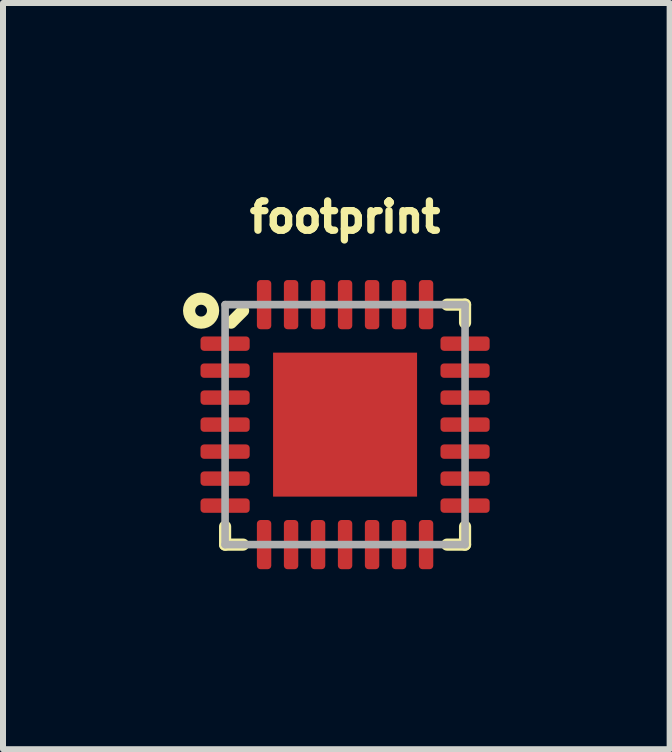
<source format=kicad_pcb>
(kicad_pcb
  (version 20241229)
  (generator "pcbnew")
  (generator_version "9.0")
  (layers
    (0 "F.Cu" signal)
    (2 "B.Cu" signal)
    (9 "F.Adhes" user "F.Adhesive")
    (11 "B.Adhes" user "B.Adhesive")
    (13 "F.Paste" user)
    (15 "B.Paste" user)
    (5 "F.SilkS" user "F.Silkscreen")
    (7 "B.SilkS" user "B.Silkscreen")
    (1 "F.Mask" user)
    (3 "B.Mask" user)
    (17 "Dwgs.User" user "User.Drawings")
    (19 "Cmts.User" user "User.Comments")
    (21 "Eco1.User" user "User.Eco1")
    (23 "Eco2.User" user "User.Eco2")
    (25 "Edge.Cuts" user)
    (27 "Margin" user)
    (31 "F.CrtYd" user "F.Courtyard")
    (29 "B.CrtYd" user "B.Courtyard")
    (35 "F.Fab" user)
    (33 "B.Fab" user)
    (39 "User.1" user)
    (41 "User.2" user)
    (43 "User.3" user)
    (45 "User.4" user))
  (footprint "footprint"
    (layer "F.Cu")
    (at 2.702 4.028)
    (property "Reference" "footprint" (at 0 -3.175 0) (layer "F.SilkS") (effects (font (size 0.488 0.488) (thickness 0.122)) (justify bottom)))
    (fp_line (start -2 2) (end -2 1.7) (stroke (width 0.203) (type solid)) (layer "F.SilkS"))
    (fp_line (start -2 2) (end -1.7 2) (stroke (width 0.203) (type solid)) (layer "F.SilkS"))
    (fp_line (start -1.9 -1.7) (end -1.7 -1.9) (stroke (width 0.203) (type solid)) (layer "F.SilkS"))
    (fp_line (start 2 -2) (end 1.7 -2) (stroke (width 0.203) (type solid)) (layer "F.SilkS"))
    (fp_line (start 2 -2) (end 2 -1.7) (stroke (width 0.203) (type solid)) (layer "F.SilkS"))
    (fp_line (start 2 2) (end 1.7 2) (stroke (width 0.203) (type solid)) (layer "F.SilkS"))
    (fp_line (start 2 2) (end 2 1.7) (stroke (width 0.203) (type solid)) (layer "F.SilkS"))
    (fp_circle (center -2.4 -1.9) (end -2.2 -1.9) (stroke (width 0.203) (type solid)) (fill no) (layer "F.SilkS"))
    (fp_poly (pts (xy -0.894 -0.231) (xy -0.231 -0.231) (xy -0.231 -0.894) (xy -0.894 -0.894)) (stroke (width 0) (type solid)) (fill yes) (layer "F.Paste"))
    (fp_poly (pts (xy -0.894 0.894) (xy -0.231 0.894) (xy -0.231 0.231) (xy -0.894 0.231)) (stroke (width 0) (type solid)) (fill yes) (layer "F.Paste"))
    (fp_poly (pts (xy 0.894 -0.894) (xy 0.231 -0.894) (xy 0.231 -0.231) (xy 0.894 -0.231)) (stroke (width 0) (type solid)) (fill yes) (layer "F.Paste"))
    (fp_poly (pts (xy 0.894 0.231) (xy 0.231 0.231) (xy 0.231 0.894) (xy 0.894 0.894)) (stroke (width 0) (type solid)) (fill yes) (layer "F.Paste"))
    (fp_line (start -2 -2) (end 2 -2) (stroke (width 0.127) (type solid)) (layer "F.Fab"))
    (fp_line (start -2 2) (end -2 -2) (stroke (width 0.127) (type solid)) (layer "F.Fab"))
    (fp_line (start 2 -2) (end 2 2) (stroke (width 0.127) (type solid)) (layer "F.Fab"))
    (fp_line (start 2 2) (end -2 2) (stroke (width 0.127) (type solid)) (layer "F.Fab"))
    (pad "1" smd roundrect (at -2 -1.35) (size 0.82 0.24) (layers "F.Cu" "F.Mask" "F.Paste") (roundrect_rratio 0.25))
    (pad "2" smd roundrect (at -2 -0.9) (size 0.82 0.24) (layers "F.Cu" "F.Mask" "F.Paste") (roundrect_rratio 0.25))
    (pad "3" smd roundrect (at -2 -0.45) (size 0.82 0.24) (layers "F.Cu" "F.Mask" "F.Paste") (roundrect_rratio 0.25))
    (pad "4" smd roundrect (at -2 0) (size 0.82 0.24) (layers "F.Cu" "F.Mask" "F.Paste") (roundrect_rratio 0.25))
    (pad "5" smd roundrect (at -2 0.45) (size 0.82 0.24) (layers "F.Cu" "F.Mask" "F.Paste") (roundrect_rratio 0.25))
    (pad "6" smd roundrect (at -2 0.9) (size 0.82 0.24) (layers "F.Cu" "F.Mask" "F.Paste") (roundrect_rratio 0.25))
    (pad "7" smd roundrect (at -2 1.35) (size 0.82 0.24) (layers "F.Cu" "F.Mask" "F.Paste") (roundrect_rratio 0.25))
    (pad "8" smd roundrect (at -1.35 2 90) (size 0.82 0.24) (layers "F.Cu" "F.Mask" "F.Paste") (roundrect_rratio 0.25))
    (pad "9" smd roundrect (at -0.9 2 90) (size 0.82 0.24) (layers "F.Cu" "F.Mask" "F.Paste") (roundrect_rratio 0.25))
    (pad "10" smd roundrect (at -0.45 2 90) (size 0.82 0.24) (layers "F.Cu" "F.Mask" "F.Paste") (roundrect_rratio 0.25))
    (pad "11" smd roundrect (at 0 2 90) (size 0.82 0.24) (layers "F.Cu" "F.Mask" "F.Paste") (roundrect_rratio 0.25))
    (pad "12" smd roundrect (at 0.45 2 90) (size 0.82 0.24) (layers "F.Cu" "F.Mask" "F.Paste") (roundrect_rratio 0.25))
    (pad "13" smd roundrect (at 0.9 2 90) (size 0.82 0.24) (layers "F.Cu" "F.Mask" "F.Paste") (roundrect_rratio 0.25))
    (pad "14" smd roundrect (at 1.35 2 90) (size 0.82 0.24) (layers "F.Cu" "F.Mask" "F.Paste") (roundrect_rratio 0.25))
    (pad "15" smd roundrect (at 2 1.35 180) (size 0.82 0.24) (layers "F.Cu" "F.Mask" "F.Paste") (roundrect_rratio 0.25))
    (pad "16" smd roundrect (at 2 0.9 180) (size 0.82 0.24) (layers "F.Cu" "F.Mask" "F.Paste") (roundrect_rratio 0.25))
    (pad "17" smd roundrect (at 2 0.45 180) (size 0.82 0.24) (layers "F.Cu" "F.Mask" "F.Paste") (roundrect_rratio 0.25))
    (pad "18" smd roundrect (at 2 0 180) (size 0.82 0.24) (layers "F.Cu" "F.Mask" "F.Paste") (roundrect_rratio 0.25))
    (pad "19" smd roundrect (at 2 -0.45 180) (size 0.82 0.24) (layers "F.Cu" "F.Mask" "F.Paste") (roundrect_rratio 0.25))
    (pad "20" smd roundrect (at 2 -0.9 180) (size 0.82 0.24) (layers "F.Cu" "F.Mask" "F.Paste") (roundrect_rratio 0.25))
    (pad "21" smd roundrect (at 2 -1.35 180) (size 0.82 0.24) (layers "F.Cu" "F.Mask" "F.Paste") (roundrect_rratio 0.25))
    (pad "22" smd roundrect (at 1.35 -2 270) (size 0.82 0.24) (layers "F.Cu" "F.Mask" "F.Paste") (roundrect_rratio 0.25))
    (pad "23" smd roundrect (at 0.9 -2 270) (size 0.82 0.24) (layers "F.Cu" "F.Mask" "F.Paste") (roundrect_rratio 0.25))
    (pad "24" smd roundrect (at 0.45 -2 270) (size 0.82 0.24) (layers "F.Cu" "F.Mask" "F.Paste") (roundrect_rratio 0.25))
    (pad "25" smd roundrect (at 0 -2 270) (size 0.82 0.24) (layers "F.Cu" "F.Mask" "F.Paste") (roundrect_rratio 0.25))
    (pad "26" smd roundrect (at -0.45 -2 270) (size 0.82 0.24) (layers "F.Cu" "F.Mask" "F.Paste") (roundrect_rratio 0.25))
    (pad "27" smd roundrect (at -0.9 -2 270) (size 0.82 0.24) (layers "F.Cu" "F.Mask" "F.Paste") (roundrect_rratio 0.25))
    (pad "28" smd roundrect (at -1.35 -2 270) (size 0.82 0.24) (layers "F.Cu" "F.Mask" "F.Paste") (roundrect_rratio 0.25))
    (pad "PAD" smd rect (at 0 0) (size 2.4 2.4) (layers "F.Cu" "F.Mask")))
  (gr_rect
    (start -3 -3)
    (end 8.112 9.438)
    (stroke (width 0.1) (type default))
    (fill no)
    (layer "Edge.Cuts")))
</source>
